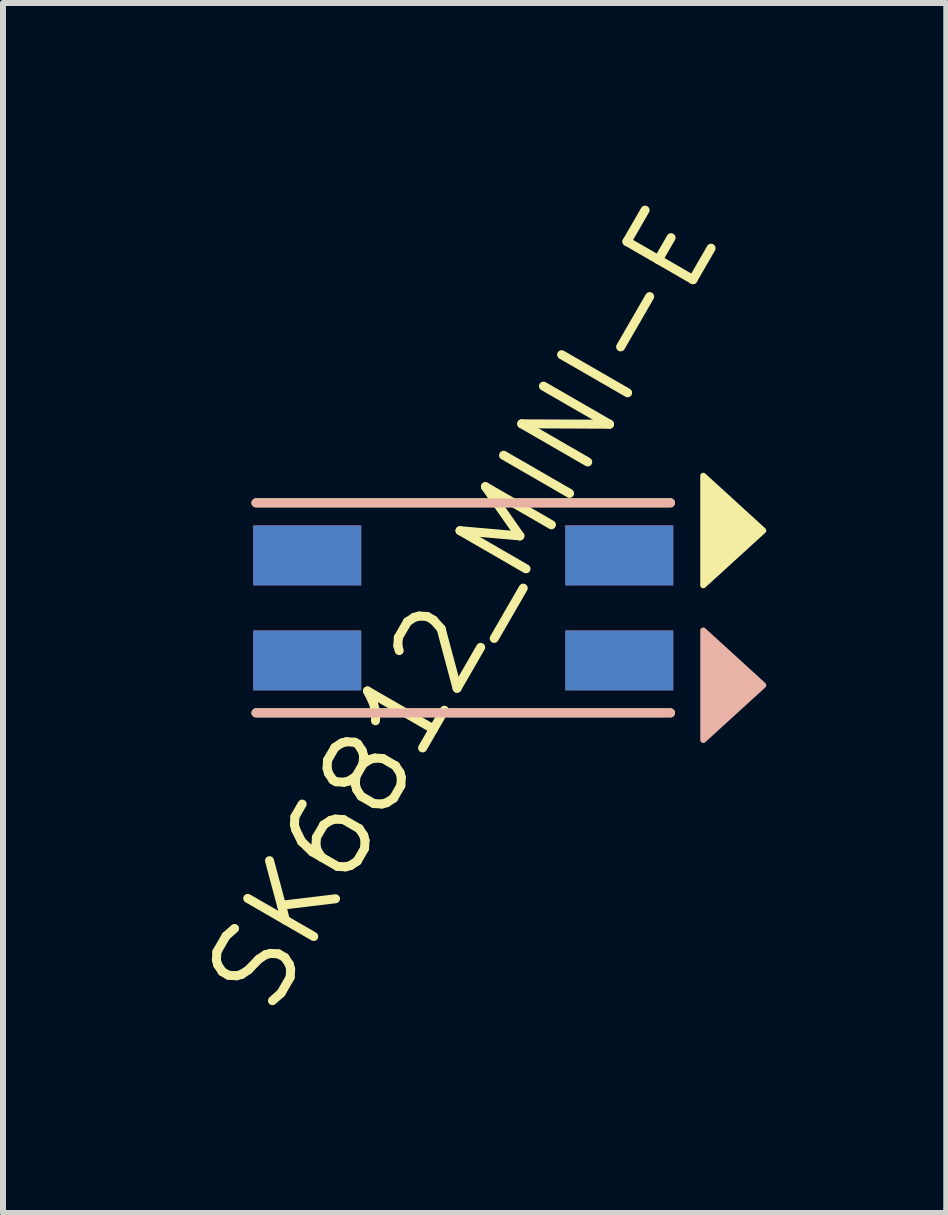
<source format=kicad_pcb>
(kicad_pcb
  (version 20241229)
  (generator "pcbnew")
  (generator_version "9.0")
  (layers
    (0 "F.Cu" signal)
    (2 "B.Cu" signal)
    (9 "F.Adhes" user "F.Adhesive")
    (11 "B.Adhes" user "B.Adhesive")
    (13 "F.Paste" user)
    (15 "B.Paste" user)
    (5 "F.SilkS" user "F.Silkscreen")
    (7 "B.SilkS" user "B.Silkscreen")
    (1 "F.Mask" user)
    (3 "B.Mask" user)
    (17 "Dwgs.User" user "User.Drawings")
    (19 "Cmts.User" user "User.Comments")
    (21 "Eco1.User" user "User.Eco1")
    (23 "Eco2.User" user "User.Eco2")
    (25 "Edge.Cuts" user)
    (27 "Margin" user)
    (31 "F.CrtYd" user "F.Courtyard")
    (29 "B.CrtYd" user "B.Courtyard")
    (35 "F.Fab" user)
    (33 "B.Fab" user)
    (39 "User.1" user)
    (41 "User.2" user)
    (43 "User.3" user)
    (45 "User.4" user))
  (footprint "SK6812_MINI-E"
    (layer "F.Cu")
    (at 4.67 7.082)
    (property "Reference" "SK6812_MINI-E" (at 0 0 60) (layer "F.SilkS") (effects (font (size 1.27 1.27) (thickness 0.15))))
    (attr through_hole)
    (fp_line (start -3.454 -1.753) (end 3.454 -1.753) (stroke (width 0.15) (type solid)) (layer "F.SilkS"))
    (fp_line (start 3.454 1.747) (end -3.454 1.747) (stroke (width 0.15) (type solid)) (layer "F.SilkS"))
    (fp_poly (pts (xy 4 -2.203) (xy 4 -0.378) (xy 5 -1.29)) (stroke (width 0.1) (type solid)) (fill yes) (layer "F.SilkS"))
    (fp_line (start -3.454 1.75) (end 3.454 1.75) (stroke (width 0.15) (type solid)) (layer "B.SilkS"))
    (fp_line (start 3.454 -1.75) (end -3.454 -1.75) (stroke (width 0.15) (type solid)) (layer "B.SilkS"))
    (fp_poly (pts (xy 4 2.2) (xy 4 0.375) (xy 5 1.288)) (stroke (width 0.1) (type solid)) (fill yes) (layer "B.SilkS"))
    (pad "1" smd rect (at -2.6 -0.875) (size 1.8 1) (layers "B.Cu" "B.Mask" "B.Paste"))
    (pad "1" smd rect (at -2.6 0.872 180) (size 1.8 1) (layers "F.Cu" "F.Mask" "F.Paste"))
    (pad "2" smd rect (at -2.6 -0.878 180) (size 1.8 1) (layers "F.Cu" "F.Mask" "F.Paste"))
    (pad "2" smd rect (at -2.6 0.875) (size 1.8 1) (layers "B.Cu" "B.Mask" "B.Paste"))
    (pad "3" smd rect (at 2.6 -0.878 180) (size 1.8 1) (layers "F.Cu" "F.Mask" "F.Paste"))
    (pad "3" smd rect (at 2.6 0.875) (size 1.8 1) (layers "B.Cu" "B.Mask" "B.Paste"))
    (pad "4" smd rect (at 2.6 -0.875) (size 1.8 1) (layers "B.Cu" "B.Mask" "B.Paste"))
    (pad "4" smd rect (at 2.6 0.872 180) (size 1.8 1) (layers "F.Cu" "F.Mask" "F.Paste")))
  (gr_rect
    (start -3 -3)
    (end 12.72 17.165)
    (stroke (width 0.1) (type default))
    (fill no)
    (layer "Edge.Cuts")))
</source>
